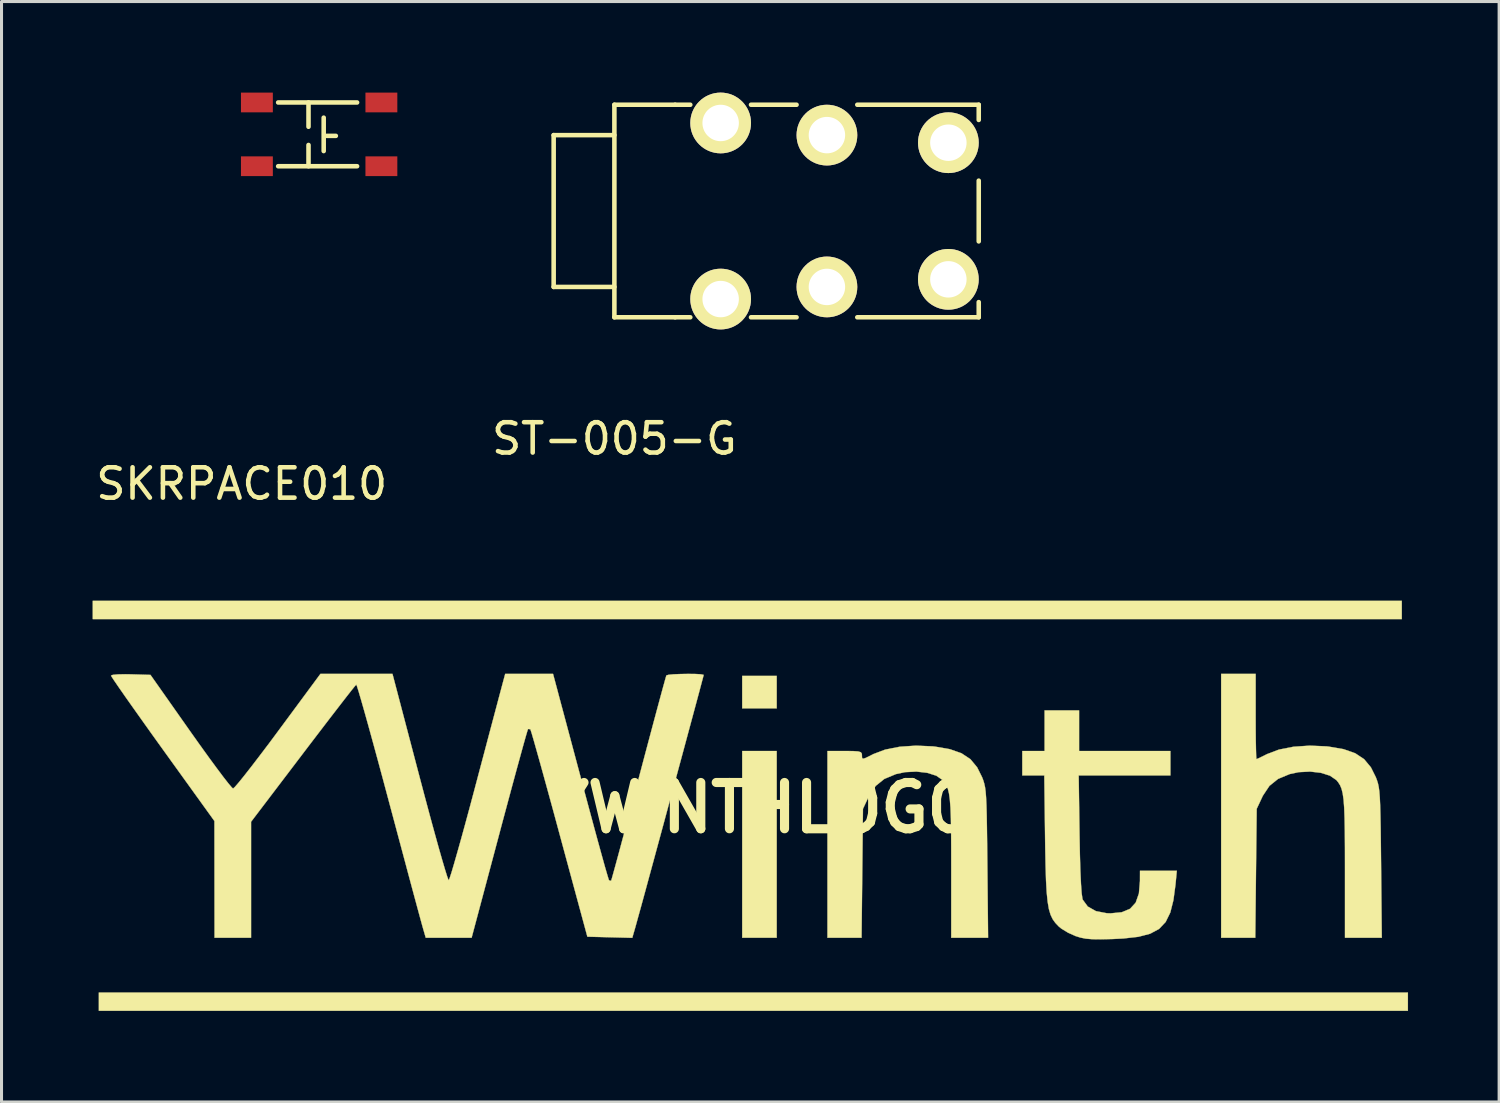
<source format=kicad_pcb>
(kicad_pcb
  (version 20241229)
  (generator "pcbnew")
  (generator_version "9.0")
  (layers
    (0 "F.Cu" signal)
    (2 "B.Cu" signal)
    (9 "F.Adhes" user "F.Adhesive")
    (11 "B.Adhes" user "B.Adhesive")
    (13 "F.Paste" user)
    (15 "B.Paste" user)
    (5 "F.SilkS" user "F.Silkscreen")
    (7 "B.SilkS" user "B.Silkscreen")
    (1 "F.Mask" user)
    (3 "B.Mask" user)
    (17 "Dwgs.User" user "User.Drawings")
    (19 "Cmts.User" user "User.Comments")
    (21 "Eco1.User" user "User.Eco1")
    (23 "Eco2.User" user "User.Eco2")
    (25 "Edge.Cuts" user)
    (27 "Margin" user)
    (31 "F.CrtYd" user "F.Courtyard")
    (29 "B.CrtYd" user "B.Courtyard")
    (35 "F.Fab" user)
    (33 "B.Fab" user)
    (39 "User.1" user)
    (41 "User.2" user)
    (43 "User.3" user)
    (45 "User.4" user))
  (footprint "SKRPACE010"
    (layer "F.Cu")
    (at 4.911 2.725)
    (property "Reference" "SKRPACE010" (at 0 10.16 0) (layer "F.SilkS") (effects (font (size 1 1) (thickness 0.15))))
    (attr through_hole)
    (fp_line (start 1.2 -2.4) (end 3.8 -2.4) (stroke (width 0.15) (type solid)) (layer "F.SilkS"))
    (fp_line (start 1.2 -0.3) (end 3.8 -0.3) (stroke (width 0.15) (type solid)) (layer "F.SilkS"))
    (fp_line (start 2.2 -2.4) (end 2.2 -1.6) (stroke (width 0.15) (type solid)) (layer "F.SilkS"))
    (fp_line (start 2.2 -0.3) (end 2.2 -1) (stroke (width 0.15) (type solid)) (layer "F.SilkS"))
    (fp_line (start 2.7 -1.9) (end 2.7 -0.8) (stroke (width 0.15) (type solid)) (layer "F.SilkS"))
    (fp_line (start 2.8 -1.3) (end 3.1 -1.3) (stroke (width 0.15) (type solid)) (layer "F.SilkS"))
    (pad "1" smd rect (at 0.5 -2.4) (size 1.05 0.65) (layers "F.Cu" "F.Mask" "F.Paste"))
    (pad "2" smd rect (at 4.6 -2.4) (size 1.05 0.65) (layers "F.Cu" "F.Mask" "F.Paste"))
    (pad "3" smd rect (at 0.5 -0.3) (size 1.05 0.65) (layers "F.Cu" "F.Mask" "F.Paste"))
    (pad "4" smd rect (at 4.6 -0.3) (size 1.05 0.65) (layers "F.Cu" "F.Mask" "F.Paste")))
  (footprint "YWINTHLOGO"
    (layer "F.Cu")
    (at 22.063 23.556)
    (property "Reference" "YWINTHLOGO" (at 0 0 0) (layer "F.SilkS") (effects (font (size 1.524 1.524) (thickness 0.3))))
    (attr through_hole)
    (fp_poly (pts (xy 0.468 -3.275) (xy -0.668 -3.275) (xy -0.668 -4.345) (xy 0.468 -4.345) (xy 0.468 -3.275)) (stroke (width 0.01) (type solid)) (fill yes) (layer "F.SilkS"))
    (fp_poly (pts (xy 0.468 4.278) (xy -0.668 4.278) (xy -0.668 -1.872) (xy 0.468 -1.872) (xy 0.468 4.278)) (stroke (width 0.01) (type solid)) (fill yes) (layer "F.SilkS"))
    (fp_poly (pts (xy 21.055 -6.216) (xy -22.058 -6.216) (xy -22.058 -6.818) (xy 21.055 -6.818) (xy 21.055 -6.216)) (stroke (width 0.01) (type solid)) (fill yes) (layer "F.SilkS"))
    (fp_poly (pts (xy 21.256 6.684) (xy -21.857 6.684) (xy -21.857 6.083) (xy 21.256 6.083) (xy 21.256 6.684)) (stroke (width 0.01) (type solid)) (fill yes) (layer "F.SilkS"))
    (fp_poly (pts (xy 10.427 -1.872) (xy 13.435 -1.872) (xy 13.435 -1.069) (xy 10.414 -1.069) (xy 10.442 0.886) (xy 10.454 1.542) (xy 10.47 2.086) (xy 10.49 2.512) (xy 10.512 2.817) (xy 10.538 2.994) (xy 10.547 3.025) (xy 10.713 3.251) (xy 10.98 3.402) (xy 11.338 3.471) (xy 11.463 3.475) (xy 11.833 3.439) (xy 12.106 3.325) (xy 12.291 3.123) (xy 12.397 2.822) (xy 12.432 2.412) (xy 12.432 2.39) (xy 12.433 2.072) (xy 13.646 2.072) (xy 13.603 2.523) (xy 13.534 3.04) (xy 13.431 3.448) (xy 13.278 3.76) (xy 13.061 3.989) (xy 12.766 4.147) (xy 12.377 4.248) (xy 11.879 4.304) (xy 11.53 4.321) (xy 11.146 4.33) (xy 10.863 4.327) (xy 10.648 4.309) (xy 10.469 4.273) (xy 10.307 4.222) (xy 10.064 4.113) (xy 9.842 3.977) (xy 9.754 3.905) (xy 9.646 3.791) (xy 9.558 3.668) (xy 9.487 3.52) (xy 9.432 3.332) (xy 9.391 3.091) (xy 9.36 2.781) (xy 9.338 2.388) (xy 9.323 1.897) (xy 9.311 1.294) (xy 9.307 0.986) (xy 9.281 -1.069) (xy 8.556 -1.069) (xy 8.556 -1.872) (xy 9.291 -1.872) (xy 9.291 -3.208) (xy 10.427 -3.208) (xy 10.427 -1.872)) (stroke (width 0.01) (type solid)) (fill yes) (layer "F.SilkS"))
    (fp_poly (pts (xy 5.609 -2.024) (xy 5.682 -2.016) (xy 6.172 -1.931) (xy 6.554 -1.797) (xy 6.847 -1.603) (xy 7.07 -1.334) (xy 7.233 -1.007) (xy 7.272 -0.905) (xy 7.303 -0.802) (xy 7.329 -0.684) (xy 7.349 -0.535) (xy 7.364 -0.341) (xy 7.376 -0.088) (xy 7.385 0.24) (xy 7.392 0.657) (xy 7.399 1.178) (xy 7.406 1.819) (xy 7.406 1.821) (xy 7.43 4.278) (xy 6.216 4.278) (xy 6.216 1.982) (xy 6.215 1.32) (xy 6.212 0.778) (xy 6.204 0.341) (xy 6.191 -0.004) (xy 6.17 -0.271) (xy 6.142 -0.474) (xy 6.104 -0.628) (xy 6.055 -0.745) (xy 5.994 -0.841) (xy 5.934 -0.913) (xy 5.725 -1.058) (xy 5.425 -1.153) (xy 5.07 -1.194) (xy 4.695 -1.175) (xy 4.394 -1.111) (xy 4.013 -0.952) (xy 3.729 -0.723) (xy 3.513 -0.399) (xy 3.484 -0.34) (xy 3.309 0.033) (xy 3.263 4.278) (xy 2.139 4.278) (xy 2.139 -1.872) (xy 2.707 -1.872) (xy 2.983 -1.869) (xy 3.152 -1.858) (xy 3.239 -1.831) (xy 3.272 -1.783) (xy 3.275 -1.738) (xy 3.278 -1.652) (xy 3.305 -1.617) (xy 3.384 -1.637) (xy 3.541 -1.713) (xy 3.653 -1.771) (xy 4.043 -1.918) (xy 4.521 -2.012) (xy 5.055 -2.048) (xy 5.609 -2.024)) (stroke (width 0.01) (type solid)) (fill yes) (layer "F.SilkS"))
    (fp_poly (pts (xy 16.243 -3.008) (xy 16.244 -2.591) (xy 16.247 -2.223) (xy 16.253 -1.924) (xy 16.259 -1.714) (xy 16.267 -1.611) (xy 16.27 -1.604) (xy 16.339 -1.632) (xy 16.49 -1.705) (xy 16.621 -1.771) (xy 17.01 -1.918) (xy 17.489 -2.012) (xy 18.023 -2.048) (xy 18.577 -2.024) (xy 18.649 -2.016) (xy 19.14 -1.931) (xy 19.522 -1.797) (xy 19.814 -1.603) (xy 20.038 -1.334) (xy 20.201 -1.007) (xy 20.239 -0.905) (xy 20.271 -0.802) (xy 20.296 -0.684) (xy 20.316 -0.535) (xy 20.331 -0.341) (xy 20.343 -0.088) (xy 20.352 0.24) (xy 20.36 0.657) (xy 20.366 1.178) (xy 20.373 1.819) (xy 20.373 1.821) (xy 20.397 4.278) (xy 19.184 4.278) (xy 19.184 1.982) (xy 19.183 1.32) (xy 19.179 0.778) (xy 19.171 0.341) (xy 19.158 -0.004) (xy 19.138 -0.271) (xy 19.109 -0.474) (xy 19.071 -0.628) (xy 19.022 -0.745) (xy 18.961 -0.841) (xy 18.902 -0.913) (xy 18.692 -1.058) (xy 18.392 -1.153) (xy 18.037 -1.194) (xy 17.662 -1.175) (xy 17.361 -1.111) (xy 16.98 -0.952) (xy 16.696 -0.723) (xy 16.48 -0.399) (xy 16.452 -0.34) (xy 16.277 0.033) (xy 16.253 2.156) (xy 16.23 4.278) (xy 15.106 4.278) (xy 15.106 -4.412) (xy 16.243 -4.412) (xy 16.243 -3.008)) (stroke (width 0.01) (type solid)) (fill yes) (layer "F.SilkS"))
    (fp_poly (pts (xy -11.291 -1.002) (xy -11.119 -0.353) (xy -10.956 0.256) (xy -10.804 0.811) (xy -10.668 1.302) (xy -10.55 1.715) (xy -10.454 2.04) (xy -10.384 2.264) (xy -10.342 2.376) (xy -10.334 2.386) (xy -10.305 2.319) (xy -10.245 2.136) (xy -10.16 1.849) (xy -10.052 1.472) (xy -9.924 1.017) (xy -9.781 0.496) (xy -9.626 -0.076) (xy -9.485 -0.605) (xy -9.32 -1.229) (xy -9.161 -1.827) (xy -9.014 -2.384) (xy -8.881 -2.884) (xy -8.767 -3.312) (xy -8.677 -3.653) (xy -8.613 -3.891) (xy -8.586 -3.994) (xy -8.474 -4.412) (xy -6.899 -4.412) (xy -6.76 -3.894) (xy -6.714 -3.719) (xy -6.637 -3.431) (xy -6.534 -3.047) (xy -6.41 -2.583) (xy -6.269 -2.055) (xy -6.115 -1.479) (xy -5.953 -0.872) (xy -5.858 -0.514) (xy -5.698 0.082) (xy -5.548 0.637) (xy -5.411 1.14) (xy -5.291 1.575) (xy -5.192 1.931) (xy -5.116 2.193) (xy -5.069 2.349) (xy -5.054 2.388) (xy -4.99 2.404) (xy -4.986 2.401) (xy -4.964 2.333) (xy -4.912 2.147) (xy -4.832 1.857) (xy -4.728 1.474) (xy -4.604 1.011) (xy -4.461 0.478) (xy -4.305 -0.11) (xy -4.137 -0.742) (xy -4.078 -0.969) (xy -3.907 -1.615) (xy -3.746 -2.221) (xy -3.598 -2.776) (xy -3.466 -3.268) (xy -3.354 -3.683) (xy -3.265 -4.01) (xy -3.202 -4.237) (xy -3.169 -4.35) (xy -3.165 -4.361) (xy -3.092 -4.382) (xy -2.925 -4.398) (xy -2.7 -4.407) (xy -2.454 -4.411) (xy -2.222 -4.409) (xy -2.041 -4.399) (xy -1.945 -4.382) (xy -1.938 -4.375) (xy -1.955 -4.307) (xy -2.004 -4.123) (xy -2.08 -3.836) (xy -2.181 -3.46) (xy -2.303 -3.007) (xy -2.442 -2.492) (xy -2.594 -1.927) (xy -2.757 -1.325) (xy -2.926 -0.699) (xy -3.099 -0.063) (xy -3.27 0.57) (xy -3.438 1.187) (xy -3.597 1.774) (xy -3.746 2.32) (xy -3.879 2.81) (xy -3.994 3.231) (xy -4.088 3.57) (xy -4.155 3.813) (xy -4.187 3.929) (xy -4.289 4.282) (xy -5.028 4.263) (xy -5.768 4.244) (xy -6.688 0.848) (xy -6.864 0.197) (xy -7.031 -0.413) (xy -7.185 -0.973) (xy -7.322 -1.469) (xy -7.44 -1.889) (xy -7.534 -2.221) (xy -7.602 -2.454) (xy -7.641 -2.575) (xy -7.647 -2.589) (xy -7.718 -2.597) (xy -7.723 -2.593) (xy -7.746 -2.524) (xy -7.801 -2.337) (xy -7.883 -2.045) (xy -7.989 -1.66) (xy -8.117 -1.194) (xy -8.262 -0.659) (xy -8.421 -0.068) (xy -8.592 0.569) (xy -8.669 0.86) (xy -9.58 4.278) (xy -11.091 4.278) (xy -11.183 3.96) (xy -11.217 3.839) (xy -11.282 3.601) (xy -11.375 3.258) (xy -11.492 2.824) (xy -11.63 2.311) (xy -11.785 1.73) (xy -11.955 1.095) (xy -12.136 0.418) (xy -12.306 -0.217) (xy -12.491 -0.909) (xy -12.667 -1.561) (xy -12.831 -2.162) (xy -12.979 -2.7) (xy -13.109 -3.164) (xy -13.217 -3.543) (xy -13.3 -3.826) (xy -13.355 -4.002) (xy -13.379 -4.06) (xy -13.427 -4.005) (xy -13.548 -3.855) (xy -13.732 -3.62) (xy -13.971 -3.311) (xy -14.256 -2.941) (xy -14.579 -2.519) (xy -14.932 -2.057) (xy -15.133 -1.792) (xy -16.844 0.459) (xy -16.844 4.278) (xy -18.047 4.278) (xy -18.049 2.356) (xy -18.051 0.434) (xy -19.754 -1.93) (xy -20.111 -2.427) (xy -20.442 -2.892) (xy -20.74 -3.312) (xy -20.997 -3.676) (xy -21.204 -3.974) (xy -21.355 -4.194) (xy -21.44 -4.324) (xy -21.456 -4.356) (xy -21.394 -4.38) (xy -21.227 -4.395) (xy -20.984 -4.4) (xy -20.807 -4.397) (xy -20.157 -4.378) (xy -18.84 -2.507) (xy -18.527 -2.066) (xy -18.236 -1.662) (xy -17.975 -1.307) (xy -17.756 -1.015) (xy -17.586 -0.798) (xy -17.475 -0.668) (xy -17.436 -0.635) (xy -17.378 -0.687) (xy -17.25 -0.835) (xy -17.063 -1.066) (xy -16.826 -1.369) (xy -16.549 -1.731) (xy -16.24 -2.139) (xy -15.955 -2.523) (xy -14.559 -4.412) (xy -12.187 -4.412) (xy -11.291 -1.002)) (stroke (width 0.01) (type solid)) (fill yes) (layer "F.SilkS")))
  (footprint "ST-005-G"
    (layer "F.Cu")
    (at 17.185 3.9)
    (property "Reference" "ST-005-G" (at 0 7.5 0) (layer "F.SilkS") (effects (font (size 1 1) (thickness 0.15))))
    (attr through_hole)
    (fp_line (start -2 -2.5) (end -2 2.5) (stroke (width 0.15) (type solid)) (layer "F.SilkS"))
    (fp_line (start -2 2.5) (end 0 2.5) (stroke (width 0.15) (type solid)) (layer "F.SilkS"))
    (fp_line (start 0 -3.5) (end 0 3.5) (stroke (width 0.15) (type solid)) (layer "F.SilkS"))
    (fp_line (start 0 -2.5) (end -2 -2.5) (stroke (width 0.15) (type solid)) (layer "F.SilkS"))
    (fp_line (start 0 3.5) (end 2 3.5) (stroke (width 0.15) (type solid)) (layer "F.SilkS"))
    (fp_line (start 2 -3.5) (end 0 -3.5) (stroke (width 0.15) (type solid)) (layer "F.SilkS"))
    (fp_line (start 2 -3.5) (end 2.5 -3.5) (stroke (width 0.15) (type solid)) (layer "F.SilkS"))
    (fp_line (start 2.5 3.5) (end 2 3.5) (stroke (width 0.15) (type solid)) (layer "F.SilkS"))
    (fp_line (start 4.5 -3.5) (end 6 -3.5) (stroke (width 0.15) (type solid)) (layer "F.SilkS"))
    (fp_line (start 6 3.5) (end 4.5 3.5) (stroke (width 0.15) (type solid)) (layer "F.SilkS"))
    (fp_line (start 8 -3.5) (end 12 -3.5) (stroke (width 0.15) (type solid)) (layer "F.SilkS"))
    (fp_line (start 12 -3.5) (end 12 -3) (stroke (width 0.15) (type solid)) (layer "F.SilkS"))
    (fp_line (start 12 -1) (end 12 1) (stroke (width 0.15) (type solid)) (layer "F.SilkS"))
    (fp_line (start 12 3) (end 12 3.5) (stroke (width 0.15) (type solid)) (layer "F.SilkS"))
    (fp_line (start 12 3.5) (end 8 3.5) (stroke (width 0.15) (type solid)) (layer "F.SilkS"))
    (pad "" thru_hole circle (at 7 -2.5) (size 2 2) (drill 1.2) (layers "*.Cu" "*.Mask" "F.SilkS"))
    (pad "" thru_hole circle (at 7 2.5) (size 2 2) (drill 1.2) (layers "*.Cu" "*.Mask" "F.SilkS"))
    (pad "2" thru_hole circle (at 11 -2.25) (size 2 2) (drill 1.2) (layers "*.Cu" "*.Mask" "F.SilkS"))
    (pad "3" thru_hole circle (at 11 2.25) (size 2 2) (drill 1.2) (layers "*.Cu" "*.Mask" "F.SilkS"))
    (pad "4" thru_hole circle (at 3.5 -2.9) (size 2 2) (drill 1.2) (layers "*.Cu" "*.Mask" "F.SilkS"))
    (pad "4" thru_hole circle (at 3.5 2.9) (size 2 2) (drill 1.2) (layers "*.Cu" "*.Mask" "F.SilkS")))
  (gr_rect
    (start -3 -3)
    (end 46.324 33.245)
    (stroke (width 0.1) (type default))
    (fill no)
    (layer "Edge.Cuts")))
</source>
